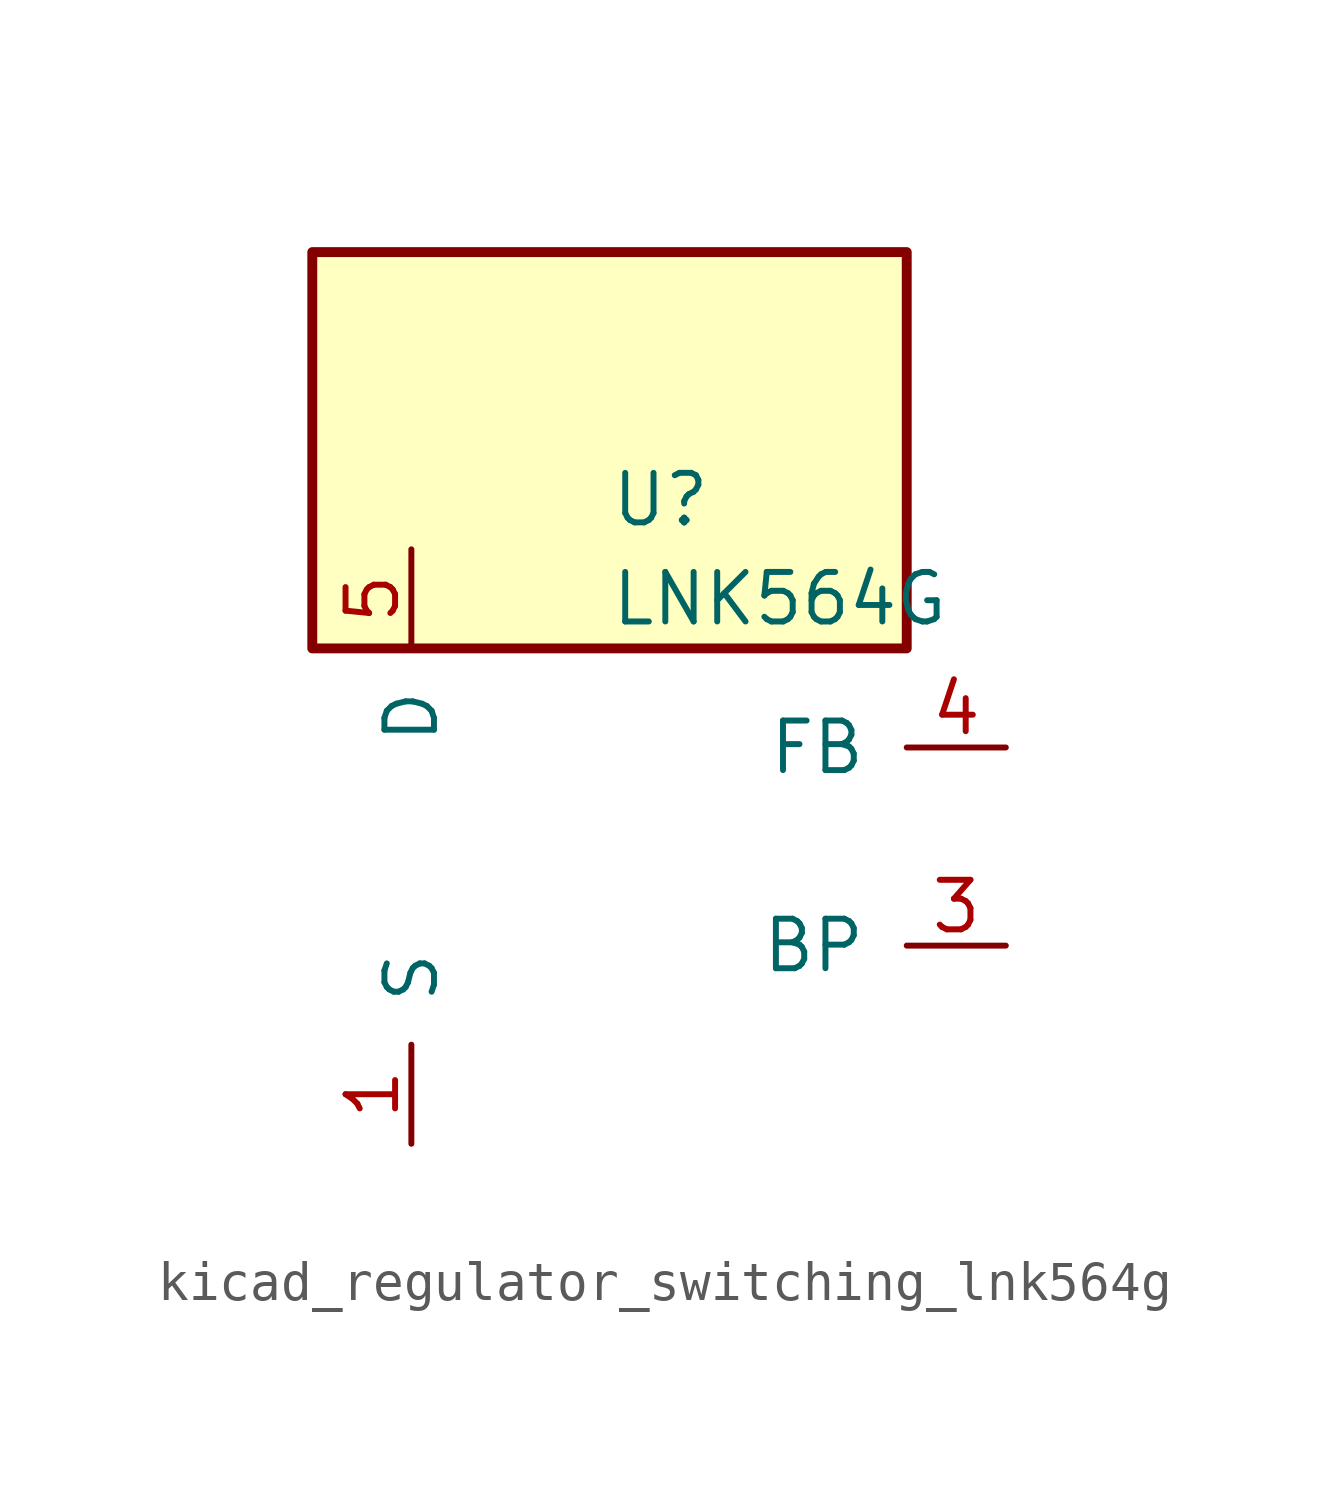
<source format=kicad_sym>
(kicad_symbol_lib
  (version 20220914)
  (generator kicad_symbol_editor)
  (symbol "kicad_regulator_switching_lnk564g"
    (pin_names
      (offset 1.016))
    (property "Reference" "U"
      (at 0 8.89 0)
      (effects (font (size 1.27 1.27)) (justify left)))
    (property "Value" "LNK564G"
      (at 0 6.35 0)
      (effects (font (size 1.27 1.27)) (justify left)))
    (symbol "kicad_regulator_switching_lnk564g_0_1"
      (rectangle (start 7.62 15.24) (end -7.62 5.08) (stroke (width 0.254) (type default)) (fill (type background))))
    (symbol "kicad_regulator_switching_lnk564g_1_1"
      (pin power_in line (at -5.08 -7.62 90) (length 2.54) (name "S" (effects (font (size 1.27 1.27)))) (number "1" (effects (font (size 1.27 1.27)))))
      (pin passive line (at -5.08 -7.62 90) (length 2.54) hide (name "S" (effects (font (size 1.27 1.27)))) (number "2" (effects (font (size 1.27 1.27)))))
      (pin input line (at 10.16 -2.54 180) (length 2.54) (name "BP" (effects (font (size 1.27 1.27)))) (number "3" (effects (font (size 1.27 1.27)))))
      (pin input line (at 10.16 2.54 180) (length 2.54) (name "FB" (effects (font (size 1.27 1.27)))) (number "4" (effects (font (size 1.27 1.27)))))
      (pin open_collector line (at -5.08 7.62 270) (length 2.54) (name "D" (effects (font (size 1.27 1.27)))) (number "5" (effects (font (size 1.27 1.27)))))
      (pin passive line (at -5.08 -7.62 90) (length 2.54) hide (name "S" (effects (font (size 1.27 1.27)))) (number "7" (effects (font (size 1.27 1.27)))))
      (pin passive line (at -5.08 -7.62 90) (length 2.54) hide (name "S" (effects (font (size 1.27 1.27)))) (number "8" (effects (font (size 1.27 1.27))))))))
</source>
